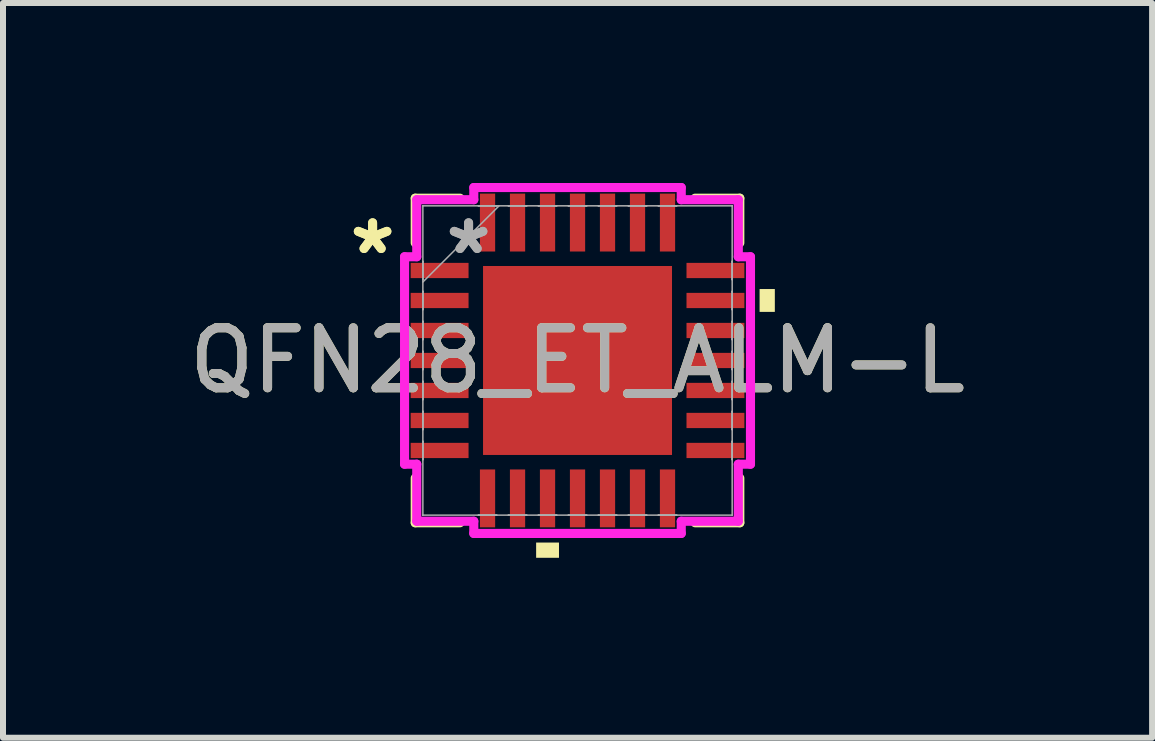
<source format=kicad_pcb>
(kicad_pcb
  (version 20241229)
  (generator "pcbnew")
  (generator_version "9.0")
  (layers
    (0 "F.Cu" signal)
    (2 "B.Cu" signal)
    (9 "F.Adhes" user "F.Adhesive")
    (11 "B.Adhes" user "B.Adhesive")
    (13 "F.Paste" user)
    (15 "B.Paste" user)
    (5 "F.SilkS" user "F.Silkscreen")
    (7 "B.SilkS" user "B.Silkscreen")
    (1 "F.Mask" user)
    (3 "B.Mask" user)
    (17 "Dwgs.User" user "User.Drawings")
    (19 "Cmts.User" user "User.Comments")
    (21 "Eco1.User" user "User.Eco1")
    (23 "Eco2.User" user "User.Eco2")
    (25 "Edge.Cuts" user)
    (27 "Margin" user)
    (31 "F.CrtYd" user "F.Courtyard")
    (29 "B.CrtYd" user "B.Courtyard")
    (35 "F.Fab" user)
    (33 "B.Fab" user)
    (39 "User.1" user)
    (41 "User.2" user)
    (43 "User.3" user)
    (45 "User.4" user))
  (footprint "QFN28_ET_ALM-L"
    (layer "F.Cu")
    (at 6.577 2.959)
    (property "Reference" "QFN28_ET_ALM-L" (at 0 0 0) (unlocked yes) (layer "F.SilkS") (effects (font (size 1 1) (thickness 0.15))))
    (attr smd)
    (fp_line (start -2.705 -2.705) (end -2.705 -1.96) (stroke (width 0.152) (type solid)) (layer "F.SilkS"))
    (fp_line (start -2.705 1.96) (end -2.705 2.705) (stroke (width 0.152) (type solid)) (layer "F.SilkS"))
    (fp_line (start -2.705 2.705) (end -1.96 2.705) (stroke (width 0.152) (type solid)) (layer "F.SilkS"))
    (fp_line (start -1.96 -2.705) (end -2.705 -2.705) (stroke (width 0.152) (type solid)) (layer "F.SilkS"))
    (fp_line (start 1.96 2.705) (end 2.705 2.705) (stroke (width 0.152) (type solid)) (layer "F.SilkS"))
    (fp_line (start 2.705 -2.705) (end 1.96 -2.705) (stroke (width 0.152) (type solid)) (layer "F.SilkS"))
    (fp_line (start 2.705 -1.96) (end 2.705 -2.705) (stroke (width 0.152) (type solid)) (layer "F.SilkS"))
    (fp_line (start 2.705 2.705) (end 2.705 1.96) (stroke (width 0.152) (type solid)) (layer "F.SilkS"))
    (fp_poly (pts (xy -0.69 3.035) (xy -0.69 3.289) (xy -0.309 3.289) (xy -0.309 3.035)) (stroke (width 0) (type solid)) (fill yes) (layer "F.SilkS"))
    (fp_poly (pts (xy 3.289 -1.191) (xy 3.289 -0.81) (xy 3.035 -0.81) (xy 3.035 -1.191)) (stroke (width 0) (type solid)) (fill yes) (layer "F.SilkS"))
    (fp_poly (pts (xy -1.475 -1.475) (xy -1.475 -0.1) (xy -0.1 -0.1) (xy -0.1 -1.475)) (stroke (width 0) (type solid)) (fill yes) (layer "F.Paste"))
    (fp_poly (pts (xy -1.475 0.1) (xy -1.475 1.475) (xy -0.1 1.475) (xy -0.1 0.1)) (stroke (width 0) (type solid)) (fill yes) (layer "F.Paste"))
    (fp_poly (pts (xy 0.1 -1.475) (xy 0.1 -0.1) (xy 1.475 -0.1) (xy 1.475 -1.475)) (stroke (width 0) (type solid)) (fill yes) (layer "F.Paste"))
    (fp_poly (pts (xy 0.1 0.1) (xy 0.1 1.475) (xy 1.475 1.475) (xy 1.475 0.1)) (stroke (width 0) (type solid)) (fill yes) (layer "F.Paste"))
    (fp_line (start -2.883 -1.729) (end -2.68 -1.729) (stroke (width 0.152) (type solid)) (layer "F.CrtYd"))
    (fp_line (start -2.883 1.729) (end -2.883 -1.729) (stroke (width 0.152) (type solid)) (layer "F.CrtYd"))
    (fp_line (start -2.68 -2.68) (end -1.729 -2.68) (stroke (width 0.152) (type solid)) (layer "F.CrtYd"))
    (fp_line (start -2.68 -1.729) (end -2.68 -2.68) (stroke (width 0.152) (type solid)) (layer "F.CrtYd"))
    (fp_line (start -2.68 1.729) (end -2.883 1.729) (stroke (width 0.152) (type solid)) (layer "F.CrtYd"))
    (fp_line (start -2.68 2.68) (end -2.68 1.729) (stroke (width 0.152) (type solid)) (layer "F.CrtYd"))
    (fp_line (start -1.729 -2.883) (end 1.729 -2.883) (stroke (width 0.152) (type solid)) (layer "F.CrtYd"))
    (fp_line (start -1.729 -2.68) (end -1.729 -2.883) (stroke (width 0.152) (type solid)) (layer "F.CrtYd"))
    (fp_line (start -1.729 2.68) (end -2.68 2.68) (stroke (width 0.152) (type solid)) (layer "F.CrtYd"))
    (fp_line (start -1.729 2.883) (end -1.729 2.68) (stroke (width 0.152) (type solid)) (layer "F.CrtYd"))
    (fp_line (start 1.729 -2.883) (end 1.729 -2.68) (stroke (width 0.152) (type solid)) (layer "F.CrtYd"))
    (fp_line (start 1.729 -2.68) (end 2.68 -2.68) (stroke (width 0.152) (type solid)) (layer "F.CrtYd"))
    (fp_line (start 1.729 2.68) (end 1.729 2.883) (stroke (width 0.152) (type solid)) (layer "F.CrtYd"))
    (fp_line (start 1.729 2.883) (end -1.729 2.883) (stroke (width 0.152) (type solid)) (layer "F.CrtYd"))
    (fp_line (start 2.68 -2.68) (end 2.68 -1.729) (stroke (width 0.152) (type solid)) (layer "F.CrtYd"))
    (fp_line (start 2.68 -1.729) (end 2.883 -1.729) (stroke (width 0.152) (type solid)) (layer "F.CrtYd"))
    (fp_line (start 2.68 1.729) (end 2.68 2.68) (stroke (width 0.152) (type solid)) (layer "F.CrtYd"))
    (fp_line (start 2.68 2.68) (end 1.729 2.68) (stroke (width 0.152) (type solid)) (layer "F.CrtYd"))
    (fp_line (start 2.883 -1.729) (end 2.883 1.729) (stroke (width 0.152) (type solid)) (layer "F.CrtYd"))
    (fp_line (start 2.883 1.729) (end 2.68 1.729) (stroke (width 0.152) (type solid)) (layer "F.CrtYd"))
    (fp_line (start -2.578 -2.578) (end -2.578 -2.578) (stroke (width 0.025) (type solid)) (layer "F.Fab"))
    (fp_line (start -2.578 -2.578) (end -2.578 2.578) (stroke (width 0.025) (type solid)) (layer "F.Fab"))
    (fp_line (start -2.578 -1.652) (end -2.578 -1.652) (stroke (width 0.025) (type solid)) (layer "F.Fab"))
    (fp_line (start -2.578 -1.652) (end -2.578 -1.348) (stroke (width 0.025) (type solid)) (layer "F.Fab"))
    (fp_line (start -2.578 -1.348) (end -2.578 -1.652) (stroke (width 0.025) (type solid)) (layer "F.Fab"))
    (fp_line (start -2.578 -1.348) (end -2.578 -1.348) (stroke (width 0.025) (type solid)) (layer "F.Fab"))
    (fp_line (start -2.578 -1.308) (end -1.308 -2.578) (stroke (width 0.025) (type solid)) (layer "F.Fab"))
    (fp_line (start -2.578 -1.152) (end -2.578 -1.152) (stroke (width 0.025) (type solid)) (layer "F.Fab"))
    (fp_line (start -2.578 -1.152) (end -2.578 -0.848) (stroke (width 0.025) (type solid)) (layer "F.Fab"))
    (fp_line (start -2.578 -0.848) (end -2.578 -1.152) (stroke (width 0.025) (type solid)) (layer "F.Fab"))
    (fp_line (start -2.578 -0.848) (end -2.578 -0.848) (stroke (width 0.025) (type solid)) (layer "F.Fab"))
    (fp_line (start -2.578 -0.652) (end -2.578 -0.652) (stroke (width 0.025) (type solid)) (layer "F.Fab"))
    (fp_line (start -2.578 -0.652) (end -2.578 -0.348) (stroke (width 0.025) (type solid)) (layer "F.Fab"))
    (fp_line (start -2.578 -0.348) (end -2.578 -0.652) (stroke (width 0.025) (type solid)) (layer "F.Fab"))
    (fp_line (start -2.578 -0.348) (end -2.578 -0.348) (stroke (width 0.025) (type solid)) (layer "F.Fab"))
    (fp_line (start -2.578 -0.152) (end -2.578 -0.152) (stroke (width 0.025) (type solid)) (layer "F.Fab"))
    (fp_line (start -2.578 -0.152) (end -2.578 0.152) (stroke (width 0.025) (type solid)) (layer "F.Fab"))
    (fp_line (start -2.578 0.152) (end -2.578 -0.152) (stroke (width 0.025) (type solid)) (layer "F.Fab"))
    (fp_line (start -2.578 0.152) (end -2.578 0.152) (stroke (width 0.025) (type solid)) (layer "F.Fab"))
    (fp_line (start -2.578 0.348) (end -2.578 0.348) (stroke (width 0.025) (type solid)) (layer "F.Fab"))
    (fp_line (start -2.578 0.348) (end -2.578 0.652) (stroke (width 0.025) (type solid)) (layer "F.Fab"))
    (fp_line (start -2.578 0.652) (end -2.578 0.348) (stroke (width 0.025) (type solid)) (layer "F.Fab"))
    (fp_line (start -2.578 0.652) (end -2.578 0.652) (stroke (width 0.025) (type solid)) (layer "F.Fab"))
    (fp_line (start -2.578 0.848) (end -2.578 0.848) (stroke (width 0.025) (type solid)) (layer "F.Fab"))
    (fp_line (start -2.578 0.848) (end -2.578 1.152) (stroke (width 0.025) (type solid)) (layer "F.Fab"))
    (fp_line (start -2.578 1.152) (end -2.578 0.848) (stroke (width 0.025) (type solid)) (layer "F.Fab"))
    (fp_line (start -2.578 1.152) (end -2.578 1.152) (stroke (width 0.025) (type solid)) (layer "F.Fab"))
    (fp_line (start -2.578 1.348) (end -2.578 1.348) (stroke (width 0.025) (type solid)) (layer "F.Fab"))
    (fp_line (start -2.578 1.348) (end -2.578 1.652) (stroke (width 0.025) (type solid)) (layer "F.Fab"))
    (fp_line (start -2.578 1.652) (end -2.578 1.348) (stroke (width 0.025) (type solid)) (layer "F.Fab"))
    (fp_line (start -2.578 1.652) (end -2.578 1.652) (stroke (width 0.025) (type solid)) (layer "F.Fab"))
    (fp_line (start -2.578 2.578) (end -2.578 2.578) (stroke (width 0.025) (type solid)) (layer "F.Fab"))
    (fp_line (start -2.578 2.578) (end 2.578 2.578) (stroke (width 0.025) (type solid)) (layer "F.Fab"))
    (fp_line (start -1.652 -2.578) (end -1.652 -2.578) (stroke (width 0.025) (type solid)) (layer "F.Fab"))
    (fp_line (start -1.652 -2.578) (end -1.348 -2.578) (stroke (width 0.025) (type solid)) (layer "F.Fab"))
    (fp_line (start -1.652 2.578) (end -1.652 2.578) (stroke (width 0.025) (type solid)) (layer "F.Fab"))
    (fp_line (start -1.652 2.578) (end -1.348 2.578) (stroke (width 0.025) (type solid)) (layer "F.Fab"))
    (fp_line (start -1.348 -2.578) (end -1.652 -2.578) (stroke (width 0.025) (type solid)) (layer "F.Fab"))
    (fp_line (start -1.348 -2.578) (end -1.348 -2.578) (stroke (width 0.025) (type solid)) (layer "F.Fab"))
    (fp_line (start -1.348 2.578) (end -1.652 2.578) (stroke (width 0.025) (type solid)) (layer "F.Fab"))
    (fp_line (start -1.348 2.578) (end -1.348 2.578) (stroke (width 0.025) (type solid)) (layer "F.Fab"))
    (fp_line (start -1.152 -2.578) (end -1.152 -2.578) (stroke (width 0.025) (type solid)) (layer "F.Fab"))
    (fp_line (start -1.152 -2.578) (end -0.848 -2.578) (stroke (width 0.025) (type solid)) (layer "F.Fab"))
    (fp_line (start -1.152 2.578) (end -1.152 2.578) (stroke (width 0.025) (type solid)) (layer "F.Fab"))
    (fp_line (start -1.152 2.578) (end -0.848 2.578) (stroke (width 0.025) (type solid)) (layer "F.Fab"))
    (fp_line (start -0.848 -2.578) (end -1.152 -2.578) (stroke (width 0.025) (type solid)) (layer "F.Fab"))
    (fp_line (start -0.848 -2.578) (end -0.848 -2.578) (stroke (width 0.025) (type solid)) (layer "F.Fab"))
    (fp_line (start -0.848 2.578) (end -1.152 2.578) (stroke (width 0.025) (type solid)) (layer "F.Fab"))
    (fp_line (start -0.848 2.578) (end -0.848 2.578) (stroke (width 0.025) (type solid)) (layer "F.Fab"))
    (fp_line (start -0.652 -2.578) (end -0.652 -2.578) (stroke (width 0.025) (type solid)) (layer "F.Fab"))
    (fp_line (start -0.652 -2.578) (end -0.348 -2.578) (stroke (width 0.025) (type solid)) (layer "F.Fab"))
    (fp_line (start -0.652 2.578) (end -0.652 2.578) (stroke (width 0.025) (type solid)) (layer "F.Fab"))
    (fp_line (start -0.652 2.578) (end -0.348 2.578) (stroke (width 0.025) (type solid)) (layer "F.Fab"))
    (fp_line (start -0.348 -2.578) (end -0.652 -2.578) (stroke (width 0.025) (type solid)) (layer "F.Fab"))
    (fp_line (start -0.348 -2.578) (end -0.348 -2.578) (stroke (width 0.025) (type solid)) (layer "F.Fab"))
    (fp_line (start -0.348 2.578) (end -0.652 2.578) (stroke (width 0.025) (type solid)) (layer "F.Fab"))
    (fp_line (start -0.348 2.578) (end -0.348 2.578) (stroke (width 0.025) (type solid)) (layer "F.Fab"))
    (fp_line (start -0.152 -2.578) (end -0.152 -2.578) (stroke (width 0.025) (type solid)) (layer "F.Fab"))
    (fp_line (start -0.152 -2.578) (end 0.152 -2.578) (stroke (width 0.025) (type solid)) (layer "F.Fab"))
    (fp_line (start -0.152 2.578) (end -0.152 2.578) (stroke (width 0.025) (type solid)) (layer "F.Fab"))
    (fp_line (start -0.152 2.578) (end 0.152 2.578) (stroke (width 0.025) (type solid)) (layer "F.Fab"))
    (fp_line (start 0.152 -2.578) (end -0.152 -2.578) (stroke (width 0.025) (type solid)) (layer "F.Fab"))
    (fp_line (start 0.152 -2.578) (end 0.152 -2.578) (stroke (width 0.025) (type solid)) (layer "F.Fab"))
    (fp_line (start 0.152 2.578) (end -0.152 2.578) (stroke (width 0.025) (type solid)) (layer "F.Fab"))
    (fp_line (start 0.152 2.578) (end 0.152 2.578) (stroke (width 0.025) (type solid)) (layer "F.Fab"))
    (fp_line (start 0.348 -2.578) (end 0.348 -2.578) (stroke (width 0.025) (type solid)) (layer "F.Fab"))
    (fp_line (start 0.348 -2.578) (end 0.652 -2.578) (stroke (width 0.025) (type solid)) (layer "F.Fab"))
    (fp_line (start 0.348 2.578) (end 0.348 2.578) (stroke (width 0.025) (type solid)) (layer "F.Fab"))
    (fp_line (start 0.348 2.578) (end 0.652 2.578) (stroke (width 0.025) (type solid)) (layer "F.Fab"))
    (fp_line (start 0.652 -2.578) (end 0.348 -2.578) (stroke (width 0.025) (type solid)) (layer "F.Fab"))
    (fp_line (start 0.652 -2.578) (end 0.652 -2.578) (stroke (width 0.025) (type solid)) (layer "F.Fab"))
    (fp_line (start 0.652 2.578) (end 0.348 2.578) (stroke (width 0.025) (type solid)) (layer "F.Fab"))
    (fp_line (start 0.652 2.578) (end 0.652 2.578) (stroke (width 0.025) (type solid)) (layer "F.Fab"))
    (fp_line (start 0.848 -2.578) (end 0.848 -2.578) (stroke (width 0.025) (type solid)) (layer "F.Fab"))
    (fp_line (start 0.848 -2.578) (end 1.152 -2.578) (stroke (width 0.025) (type solid)) (layer "F.Fab"))
    (fp_line (start 0.848 2.578) (end 0.848 2.578) (stroke (width 0.025) (type solid)) (layer "F.Fab"))
    (fp_line (start 0.848 2.578) (end 1.152 2.578) (stroke (width 0.025) (type solid)) (layer "F.Fab"))
    (fp_line (start 1.152 -2.578) (end 0.848 -2.578) (stroke (width 0.025) (type solid)) (layer "F.Fab"))
    (fp_line (start 1.152 -2.578) (end 1.152 -2.578) (stroke (width 0.025) (type solid)) (layer "F.Fab"))
    (fp_line (start 1.152 2.578) (end 0.848 2.578) (stroke (width 0.025) (type solid)) (layer "F.Fab"))
    (fp_line (start 1.152 2.578) (end 1.152 2.578) (stroke (width 0.025) (type solid)) (layer "F.Fab"))
    (fp_line (start 1.348 -2.578) (end 1.348 -2.578) (stroke (width 0.025) (type solid)) (layer "F.Fab"))
    (fp_line (start 1.348 -2.578) (end 1.652 -2.578) (stroke (width 0.025) (type solid)) (layer "F.Fab"))
    (fp_line (start 1.348 2.578) (end 1.348 2.578) (stroke (width 0.025) (type solid)) (layer "F.Fab"))
    (fp_line (start 1.348 2.578) (end 1.652 2.578) (stroke (width 0.025) (type solid)) (layer "F.Fab"))
    (fp_line (start 1.652 -2.578) (end 1.348 -2.578) (stroke (width 0.025) (type solid)) (layer "F.Fab"))
    (fp_line (start 1.652 -2.578) (end 1.652 -2.578) (stroke (width 0.025) (type solid)) (layer "F.Fab"))
    (fp_line (start 1.652 2.578) (end 1.348 2.578) (stroke (width 0.025) (type solid)) (layer "F.Fab"))
    (fp_line (start 1.652 2.578) (end 1.652 2.578) (stroke (width 0.025) (type solid)) (layer "F.Fab"))
    (fp_line (start 2.578 -2.578) (end -2.578 -2.578) (stroke (width 0.025) (type solid)) (layer "F.Fab"))
    (fp_line (start 2.578 -2.578) (end 2.578 -2.578) (stroke (width 0.025) (type solid)) (layer "F.Fab"))
    (fp_line (start 2.578 -1.652) (end 2.578 -1.652) (stroke (width 0.025) (type solid)) (layer "F.Fab"))
    (fp_line (start 2.578 -1.652) (end 2.578 -1.348) (stroke (width 0.025) (type solid)) (layer "F.Fab"))
    (fp_line (start 2.578 -1.348) (end 2.578 -1.652) (stroke (width 0.025) (type solid)) (layer "F.Fab"))
    (fp_line (start 2.578 -1.348) (end 2.578 -1.348) (stroke (width 0.025) (type solid)) (layer "F.Fab"))
    (fp_line (start 2.578 -1.152) (end 2.578 -1.152) (stroke (width 0.025) (type solid)) (layer "F.Fab"))
    (fp_line (start 2.578 -1.152) (end 2.578 -0.848) (stroke (width 0.025) (type solid)) (layer "F.Fab"))
    (fp_line (start 2.578 -0.848) (end 2.578 -1.152) (stroke (width 0.025) (type solid)) (layer "F.Fab"))
    (fp_line (start 2.578 -0.848) (end 2.578 -0.848) (stroke (width 0.025) (type solid)) (layer "F.Fab"))
    (fp_line (start 2.578 -0.652) (end 2.578 -0.652) (stroke (width 0.025) (type solid)) (layer "F.Fab"))
    (fp_line (start 2.578 -0.652) (end 2.578 -0.348) (stroke (width 0.025) (type solid)) (layer "F.Fab"))
    (fp_line (start 2.578 -0.348) (end 2.578 -0.652) (stroke (width 0.025) (type solid)) (layer "F.Fab"))
    (fp_line (start 2.578 -0.348) (end 2.578 -0.348) (stroke (width 0.025) (type solid)) (layer "F.Fab"))
    (fp_line (start 2.578 -0.152) (end 2.578 -0.152) (stroke (width 0.025) (type solid)) (layer "F.Fab"))
    (fp_line (start 2.578 -0.152) (end 2.578 0.152) (stroke (width 0.025) (type solid)) (layer "F.Fab"))
    (fp_line (start 2.578 0.152) (end 2.578 -0.152) (stroke (width 0.025) (type solid)) (layer "F.Fab"))
    (fp_line (start 2.578 0.152) (end 2.578 0.152) (stroke (width 0.025) (type solid)) (layer "F.Fab"))
    (fp_line (start 2.578 0.348) (end 2.578 0.348) (stroke (width 0.025) (type solid)) (layer "F.Fab"))
    (fp_line (start 2.578 0.348) (end 2.578 0.652) (stroke (width 0.025) (type solid)) (layer "F.Fab"))
    (fp_line (start 2.578 0.652) (end 2.578 0.348) (stroke (width 0.025) (type solid)) (layer "F.Fab"))
    (fp_line (start 2.578 0.652) (end 2.578 0.652) (stroke (width 0.025) (type solid)) (layer "F.Fab"))
    (fp_line (start 2.578 0.848) (end 2.578 0.848) (stroke (width 0.025) (type solid)) (layer "F.Fab"))
    (fp_line (start 2.578 0.848) (end 2.578 1.152) (stroke (width 0.025) (type solid)) (layer "F.Fab"))
    (fp_line (start 2.578 1.152) (end 2.578 0.848) (stroke (width 0.025) (type solid)) (layer "F.Fab"))
    (fp_line (start 2.578 1.152) (end 2.578 1.152) (stroke (width 0.025) (type solid)) (layer "F.Fab"))
    (fp_line (start 2.578 1.348) (end 2.578 1.348) (stroke (width 0.025) (type solid)) (layer "F.Fab"))
    (fp_line (start 2.578 1.348) (end 2.578 1.652) (stroke (width 0.025) (type solid)) (layer "F.Fab"))
    (fp_line (start 2.578 1.652) (end 2.578 1.348) (stroke (width 0.025) (type solid)) (layer "F.Fab"))
    (fp_line (start 2.578 1.652) (end 2.578 1.652) (stroke (width 0.025) (type solid)) (layer "F.Fab"))
    (fp_line (start 2.578 2.578) (end 2.578 -2.578) (stroke (width 0.025) (type solid)) (layer "F.Fab"))
    (fp_line (start 2.578 2.578) (end 2.578 2.578) (stroke (width 0.025) (type solid)) (layer "F.Fab"))
    (fp_text user "*" (at -3.416 -1.75 0) (unlocked yes) (layer "F.SilkS") (effects (font (size 1 1) (thickness 0.15))))
    (fp_text user "*" (at -3.416 -1.75 0) (layer "F.SilkS") (effects (font (size 1 1) (thickness 0.15))))
    (fp_text user "${REFERENCE}" (at 0 0 0) (unlocked yes) (layer "F.Fab") (effects (font (size 1 1) (thickness 0.15))))
    (fp_text user "*" (at -1.816 -1.75 0) (unlocked yes) (layer "F.Fab") (effects (font (size 1 1) (thickness 0.15))))
    (fp_text user "*" (at -1.816 -1.75 0) (layer "F.Fab") (effects (font (size 1 1) (thickness 0.15))))
    (pad "1" smd rect (at -2.299 -1.5 90) (size 0.254 0.965) (layers "F.Cu" "F.Mask" "F.Paste"))
    (pad "2" smd rect (at -2.299 -1 90) (size 0.254 0.965) (layers "F.Cu" "F.Mask" "F.Paste"))
    (pad "3" smd rect (at -2.299 -0.5 90) (size 0.254 0.965) (layers "F.Cu" "F.Mask" "F.Paste"))
    (pad "4" smd rect (at -2.299 0 90) (size 0.254 0.965) (layers "F.Cu" "F.Mask" "F.Paste"))
    (pad "5" smd rect (at -2.299 0.5 90) (size 0.254 0.965) (layers "F.Cu" "F.Mask" "F.Paste"))
    (pad "6" smd rect (at -2.299 1 90) (size 0.254 0.965) (layers "F.Cu" "F.Mask" "F.Paste"))
    (pad "7" smd rect (at -2.299 1.5 90) (size 0.254 0.965) (layers "F.Cu" "F.Mask" "F.Paste"))
    (pad "8" smd rect (at -1.5 2.299) (size 0.254 0.965) (layers "F.Cu" "F.Mask" "F.Paste"))
    (pad "9" smd rect (at -1 2.299) (size 0.254 0.965) (layers "F.Cu" "F.Mask" "F.Paste"))
    (pad "10" smd rect (at -0.5 2.299) (size 0.254 0.965) (layers "F.Cu" "F.Mask" "F.Paste"))
    (pad "11" smd rect (at 0 2.299) (size 0.254 0.965) (layers "F.Cu" "F.Mask" "F.Paste"))
    (pad "12" smd rect (at 0.5 2.299) (size 0.254 0.965) (layers "F.Cu" "F.Mask" "F.Paste"))
    (pad "13" smd rect (at 1 2.299) (size 0.254 0.965) (layers "F.Cu" "F.Mask" "F.Paste"))
    (pad "14" smd rect (at 1.5 2.299) (size 0.254 0.965) (layers "F.Cu" "F.Mask" "F.Paste"))
    (pad "15" smd rect (at 2.299 1.5 90) (size 0.254 0.965) (layers "F.Cu" "F.Mask" "F.Paste"))
    (pad "16" smd rect (at 2.299 1 90) (size 0.254 0.965) (layers "F.Cu" "F.Mask" "F.Paste"))
    (pad "17" smd rect (at 2.299 0.5 90) (size 0.254 0.965) (layers "F.Cu" "F.Mask" "F.Paste"))
    (pad "18" smd rect (at 2.299 0 90) (size 0.254 0.965) (layers "F.Cu" "F.Mask" "F.Paste"))
    (pad "19" smd rect (at 2.299 -0.5 90) (size 0.254 0.965) (layers "F.Cu" "F.Mask" "F.Paste"))
    (pad "20" smd rect (at 2.299 -1 90) (size 0.254 0.965) (layers "F.Cu" "F.Mask" "F.Paste"))
    (pad "21" smd rect (at 2.299 -1.5 90) (size 0.254 0.965) (layers "F.Cu" "F.Mask" "F.Paste"))
    (pad "22" smd rect (at 1.5 -2.299) (size 0.254 0.965) (layers "F.Cu" "F.Mask" "F.Paste"))
    (pad "23" smd rect (at 1 -2.299) (size 0.254 0.965) (layers "F.Cu" "F.Mask" "F.Paste"))
    (pad "24" smd rect (at 0.5 -2.299) (size 0.254 0.965) (layers "F.Cu" "F.Mask" "F.Paste"))
    (pad "25" smd rect (at 0 -2.299) (size 0.254 0.965) (layers "F.Cu" "F.Mask" "F.Paste"))
    (pad "26" smd rect (at -0.5 -2.299) (size 0.254 0.965) (layers "F.Cu" "F.Mask" "F.Paste"))
    (pad "27" smd rect (at -1 -2.299) (size 0.254 0.965) (layers "F.Cu" "F.Mask" "F.Paste"))
    (pad "28" smd rect (at -1.5 -2.299) (size 0.254 0.965) (layers "F.Cu" "F.Mask" "F.Paste"))
    (pad "29" smd rect (at 0 0) (size 3.15 3.15) (layers "F.Cu" "F.Mask")))
  (gr_rect
    (start -3 -3)
    (end 16.155 9.248)
    (stroke (width 0.1) (type default))
    (fill no)
    (layer "Edge.Cuts")))
</source>
